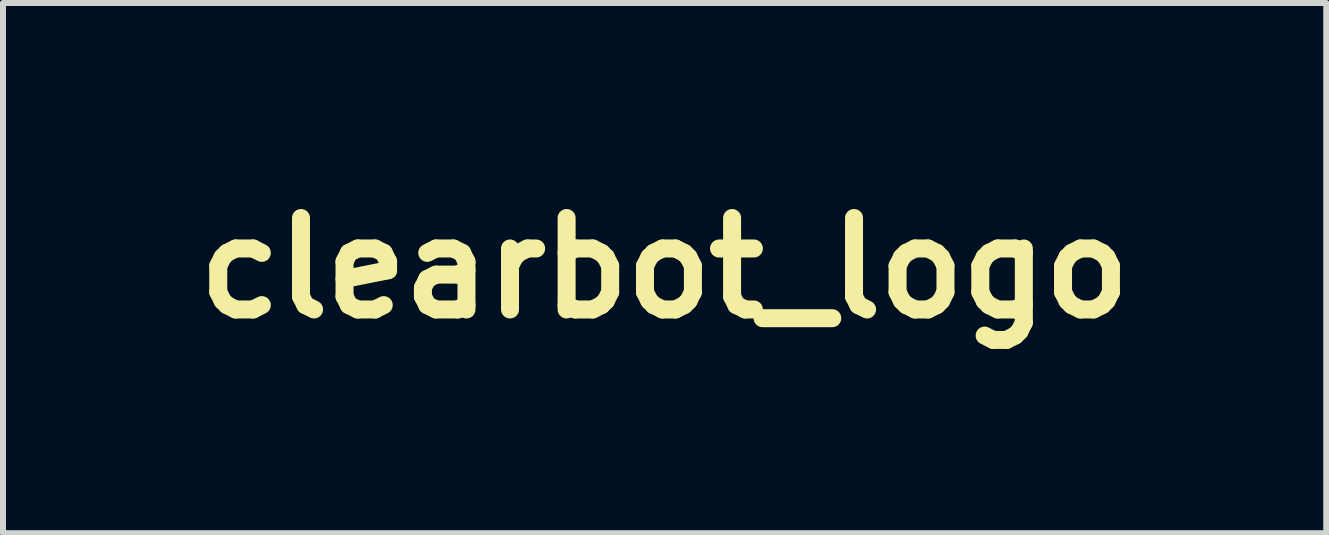
<source format=kicad_pcb>
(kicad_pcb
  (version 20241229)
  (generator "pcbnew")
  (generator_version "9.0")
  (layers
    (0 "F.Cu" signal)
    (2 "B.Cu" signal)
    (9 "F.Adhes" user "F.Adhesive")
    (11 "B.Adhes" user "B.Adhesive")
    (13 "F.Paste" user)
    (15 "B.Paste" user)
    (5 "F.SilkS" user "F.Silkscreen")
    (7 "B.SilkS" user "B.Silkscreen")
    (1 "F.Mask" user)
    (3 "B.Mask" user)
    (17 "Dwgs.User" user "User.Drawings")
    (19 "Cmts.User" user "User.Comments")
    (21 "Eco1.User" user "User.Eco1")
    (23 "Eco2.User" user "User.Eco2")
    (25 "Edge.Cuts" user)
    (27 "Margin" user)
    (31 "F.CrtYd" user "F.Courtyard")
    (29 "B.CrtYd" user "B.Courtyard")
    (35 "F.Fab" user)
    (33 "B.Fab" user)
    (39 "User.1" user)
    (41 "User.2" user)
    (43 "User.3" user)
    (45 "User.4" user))
  (footprint "clearbot_logo"
    (layer "F.Cu")
    (at 8.026 1.418)
    (property "Reference" "clearbot_logo" (at 0 0 0) (layer "F.SilkS") (effects (font (size 1.524 1.524) (thickness 0.3))))
    (attr through_hole)
    (fp_poly (pts (xy -2.841 -0.587) (xy -2.843 -0.524) (xy -2.845 -0.438) (xy -2.846 -0.336) (xy -2.847 -0.22) (xy -2.848 -0.094) (xy -2.848 0.036) (xy -2.848 0.169) (xy -2.848 0.244) (xy -2.845 0.838) (xy -2.978 0.838) (xy -3.033 0.837) (xy -3.077 0.835) (xy -3.105 0.832) (xy -3.112 0.829) (xy -3.113 0.814) (xy -3.113 0.777) (xy -3.114 0.72) (xy -3.114 0.645) (xy -3.115 0.554) (xy -3.115 0.451) (xy -3.116 0.338) (xy -3.117 0.229) (xy -3.118 0.098) (xy -3.119 -0.033) (xy -3.121 -0.161) (xy -3.123 -0.282) (xy -3.125 -0.391) (xy -3.127 -0.486) (xy -3.129 -0.561) (xy -3.13 -0.594) (xy -3.141 -0.826) (xy -2.83 -0.826) (xy -2.841 -0.587)) (stroke (width 0.01) (type solid)) (fill no) (layer "Eco2.User"))
    (fp_poly (pts (xy 0.1 -0.31) (xy 0.105 -0.296) (xy 0.112 -0.266) (xy 0.116 -0.246) (xy 0.123 -0.21) (xy 0.13 -0.186) (xy 0.133 -0.181) (xy 0.145 -0.184) (xy 0.173 -0.198) (xy 0.211 -0.22) (xy 0.215 -0.223) (xy 0.301 -0.267) (xy 0.386 -0.294) (xy 0.466 -0.304) (xy 0.53 -0.297) (xy 0.545 -0.291) (xy 0.554 -0.278) (xy 0.558 -0.254) (xy 0.559 -0.211) (xy 0.559 -0.199) (xy 0.557 -0.145) (xy 0.554 -0.094) (xy 0.551 -0.06) (xy 0.543 -0.013) (xy 0.407 -0.013) (xy 0.344 -0.012) (xy 0.301 -0.01) (xy 0.27 -0.004) (xy 0.247 0.005) (xy 0.227 0.016) (xy 0.206 0.033) (xy 0.189 0.053) (xy 0.176 0.079) (xy 0.166 0.113) (xy 0.16 0.16) (xy 0.156 0.22) (xy 0.155 0.298) (xy 0.156 0.396) (xy 0.158 0.504) (xy 0.16 0.605) (xy 0.161 0.684) (xy 0.161 0.743) (xy 0.16 0.785) (xy 0.158 0.814) (xy 0.154 0.831) (xy 0.149 0.84) (xy 0.145 0.843) (xy 0.115 0.848) (xy 0.061 0.848) (xy -0.017 0.844) (xy -0.053 0.842) (xy -0.112 0.837) (xy -0.118 0.39) (xy -0.12 0.261) (xy -0.122 0.155) (xy -0.125 0.069) (xy -0.128 0.000233) (xy -0.131 -0.054) (xy -0.136 -0.097) (xy -0.141 -0.132) (xy -0.144 -0.146) (xy -0.157 -0.202) (xy -0.163 -0.239) (xy -0.158 -0.262) (xy -0.138 -0.276) (xy -0.101 -0.284) (xy -0.042 -0.293) (xy -0.035 -0.294) (xy 0.019 -0.302) (xy 0.064 -0.308) (xy 0.092 -0.31) (xy 0.1 -0.31)) (stroke (width 0.01) (type solid)) (fill no) (layer "Eco2.User"))
    (fp_poly (pts (xy 2.433 0.162) (xy 2.46 0.178) (xy 2.484 0.197) (xy 2.527 0.238) (xy 2.574 0.294) (xy 2.621 0.357) (xy 2.66 0.419) (xy 2.673 0.442) (xy 2.686 0.472) (xy 2.686 0.491) (xy 2.676 0.506) (xy 2.658 0.534) (xy 2.652 0.551) (xy 2.641 0.57) (xy 2.614 0.598) (xy 2.578 0.63) (xy 2.576 0.631) (xy 2.527 0.666) (xy 2.486 0.685) (xy 2.449 0.693) (xy 2.42 0.695) (xy 2.398 0.691) (xy 2.376 0.678) (xy 2.349 0.653) (xy 2.322 0.625) (xy 2.28 0.579) (xy 2.239 0.528) (xy 2.202 0.475) (xy 2.171 0.427) (xy 2.152 0.388) (xy 2.151 0.384) (xy 2.219 0.384) (xy 2.232 0.417) (xy 2.257 0.46) (xy 2.293 0.51) (xy 2.336 0.561) (xy 2.346 0.573) (xy 2.379 0.606) (xy 2.404 0.623) (xy 2.428 0.629) (xy 2.446 0.628) (xy 2.493 0.616) (xy 2.546 0.585) (xy 2.548 0.583) (xy 2.578 0.557) (xy 2.596 0.535) (xy 2.598 0.525) (xy 2.601 0.504) (xy 2.61 0.491) (xy 2.618 0.478) (xy 2.616 0.462) (xy 2.603 0.435) (xy 2.578 0.396) (xy 2.544 0.348) (xy 2.506 0.3) (xy 2.478 0.269) (xy 2.443 0.239) (xy 2.415 0.225) (xy 2.385 0.222) (xy 2.383 0.222) (xy 2.347 0.232) (xy 2.308 0.252) (xy 2.271 0.279) (xy 2.244 0.307) (xy 2.235 0.329) (xy 2.227 0.356) (xy 2.221 0.365) (xy 2.219 0.384) (xy 2.151 0.384) (xy 2.146 0.367) (xy 2.153 0.344) (xy 2.159 0.337) (xy 2.17 0.319) (xy 2.172 0.306) (xy 2.182 0.283) (xy 2.21 0.254) (xy 2.249 0.223) (xy 2.293 0.194) (xy 2.337 0.172) (xy 2.373 0.16) (xy 2.407 0.157) (xy 2.433 0.162)) (stroke (width 0.01) (type solid)) (fill no) (layer "Eco2.User"))
    (fp_poly (pts (xy 2.759 -0.827) (xy 2.783 -0.814) (xy 2.8 -0.802) (xy 2.84 -0.761) (xy 2.876 -0.703) (xy 2.902 -0.639) (xy 2.916 -0.579) (xy 2.917 -0.558) (xy 2.914 -0.529) (xy 2.907 -0.509) (xy 2.89 -0.489) (xy 2.859 -0.466) (xy 2.833 -0.449) (xy 2.769 -0.41) (xy 2.703 -0.377) (xy 2.641 -0.353) (xy 2.585 -0.337) (xy 2.541 -0.332) (xy 2.513 -0.339) (xy 2.507 -0.346) (xy 2.485 -0.366) (xy 2.473 -0.372) (xy 2.457 -0.387) (xy 2.436 -0.418) (xy 2.414 -0.458) (xy 2.393 -0.501) (xy 2.378 -0.539) (xy 2.375 -0.551) (xy 2.437 -0.551) (xy 2.445 -0.522) (xy 2.461 -0.488) (xy 2.48 -0.454) (xy 2.5 -0.429) (xy 2.516 -0.419) (xy 2.538 -0.41) (xy 2.544 -0.401) (xy 2.552 -0.391) (xy 2.567 -0.39) (xy 2.597 -0.398) (xy 2.623 -0.407) (xy 2.677 -0.428) (xy 2.734 -0.455) (xy 2.763 -0.47) (xy 2.801 -0.493) (xy 2.829 -0.513) (xy 2.84 -0.524) (xy 2.849 -0.555) (xy 2.848 -0.597) (xy 2.839 -0.643) (xy 2.823 -0.686) (xy 2.804 -0.719) (xy 2.784 -0.736) (xy 2.779 -0.737) (xy 2.755 -0.745) (xy 2.748 -0.755) (xy 2.741 -0.764) (xy 2.724 -0.764) (xy 2.694 -0.756) (xy 2.66 -0.744) (xy 2.603 -0.721) (xy 2.544 -0.692) (xy 2.509 -0.672) (xy 2.47 -0.647) (xy 2.45 -0.629) (xy 2.445 -0.612) (xy 2.446 -0.602) (xy 2.447 -0.577) (xy 2.44 -0.566) (xy 2.437 -0.551) (xy 2.375 -0.551) (xy 2.37 -0.567) (xy 2.371 -0.576) (xy 2.377 -0.599) (xy 2.378 -0.622) (xy 2.38 -0.642) (xy 2.395 -0.662) (xy 2.425 -0.686) (xy 2.448 -0.701) (xy 2.585 -0.776) (xy 2.698 -0.818) (xy 2.734 -0.828) (xy 2.759 -0.827)) (stroke (width 0.01) (type solid)) (fill no) (layer "Eco2.User"))
    (fp_poly (pts (xy 3.139 -0.82) (xy 3.164 -0.815) (xy 3.223 -0.797) (xy 3.291 -0.768) (xy 3.362 -0.733) (xy 3.424 -0.696) (xy 3.448 -0.679) (xy 3.475 -0.655) (xy 3.487 -0.63) (xy 3.49 -0.593) (xy 3.49 -0.587) (xy 3.485 -0.545) (xy 3.47 -0.495) (xy 3.449 -0.446) (xy 3.425 -0.404) (xy 3.402 -0.377) (xy 3.394 -0.372) (xy 3.368 -0.355) (xy 3.355 -0.341) (xy 3.345 -0.327) (xy 3.334 -0.321) (xy 3.317 -0.322) (xy 3.287 -0.331) (xy 3.251 -0.344) (xy 3.186 -0.37) (xy 3.118 -0.402) (xy 3.053 -0.437) (xy 3.002 -0.469) (xy 2.992 -0.477) (xy 2.961 -0.514) (xy 2.95 -0.561) (xy 2.951 -0.57) (xy 3.015 -0.57) (xy 3.022 -0.529) (xy 3.035 -0.511) (xy 3.065 -0.491) (xy 3.109 -0.466) (xy 3.161 -0.44) (xy 3.215 -0.415) (xy 3.263 -0.395) (xy 3.3 -0.384) (xy 3.31 -0.382) (xy 3.327 -0.391) (xy 3.332 -0.4) (xy 3.349 -0.417) (xy 3.358 -0.419) (xy 3.373 -0.43) (xy 3.392 -0.457) (xy 3.412 -0.491) (xy 3.427 -0.526) (xy 3.434 -0.554) (xy 3.433 -0.563) (xy 3.426 -0.584) (xy 3.424 -0.607) (xy 3.419 -0.626) (xy 3.404 -0.644) (xy 3.374 -0.665) (xy 3.332 -0.688) (xy 3.261 -0.724) (xy 3.201 -0.749) (xy 3.155 -0.762) (xy 3.127 -0.761) (xy 3.119 -0.754) (xy 3.102 -0.739) (xy 3.089 -0.737) (xy 3.067 -0.725) (xy 3.044 -0.688) (xy 3.038 -0.676) (xy 3.02 -0.621) (xy 3.015 -0.57) (xy 2.951 -0.57) (xy 2.959 -0.621) (xy 2.989 -0.695) (xy 2.992 -0.701) (xy 3.015 -0.742) (xy 3.036 -0.773) (xy 3.052 -0.787) (xy 3.054 -0.787) (xy 3.075 -0.797) (xy 3.084 -0.809) (xy 3.094 -0.821) (xy 3.11 -0.824) (xy 3.139 -0.82)) (stroke (width 0.01) (type solid)) (fill no) (layer "Eco2.User"))
    (fp_poly (pts (xy 3.622 -0.401) (xy 3.637 -0.395) (xy 3.658 -0.383) (xy 3.666 -0.382) (xy 3.688 -0.382) (xy 3.706 -0.368) (xy 3.725 -0.336) (xy 3.732 -0.318) (xy 3.754 -0.258) (xy 3.773 -0.186) (xy 3.788 -0.112) (xy 3.796 -0.046) (xy 3.797 -0.023) (xy 3.787 0.027) (xy 3.757 0.067) (xy 3.705 0.097) (xy 3.631 0.12) (xy 3.584 0.131) (xy 3.555 0.137) (xy 3.54 0.139) (xy 3.532 0.137) (xy 3.527 0.132) (xy 3.526 0.131) (xy 3.508 0.123) (xy 3.489 0.12) (xy 3.464 0.117) (xy 3.453 0.115) (xy 3.444 0.103) (xy 3.43 0.072) (xy 3.413 0.029) (xy 3.396 -0.021) (xy 3.381 -0.071) (xy 3.369 -0.117) (xy 3.366 -0.133) (xy 3.355 -0.212) (xy 3.354 -0.254) (xy 3.4 -0.254) (xy 3.416 -0.162) (xy 3.428 -0.104) (xy 3.444 -0.044) (xy 3.457 -0.003) (xy 3.473 0.036) (xy 3.487 0.055) (xy 3.501 0.058) (xy 3.505 0.057) (xy 3.528 0.057) (xy 3.537 0.063) (xy 3.552 0.074) (xy 3.583 0.074) (xy 3.632 0.065) (xy 3.633 0.065) (xy 3.673 0.049) (xy 3.71 0.022) (xy 3.714 0.019) (xy 3.733 -0.001) (xy 3.742 -0.019) (xy 3.744 -0.042) (xy 3.739 -0.079) (xy 3.736 -0.101) (xy 3.722 -0.169) (xy 3.705 -0.231) (xy 3.688 -0.28) (xy 3.67 -0.312) (xy 3.655 -0.324) (xy 3.629 -0.332) (xy 3.618 -0.339) (xy 3.592 -0.346) (xy 3.552 -0.342) (xy 3.507 -0.329) (xy 3.464 -0.309) (xy 3.437 -0.289) (xy 3.4 -0.254) (xy 3.354 -0.254) (xy 3.354 -0.269) (xy 3.362 -0.304) (xy 3.373 -0.313) (xy 3.397 -0.328) (xy 3.421 -0.349) (xy 3.45 -0.367) (xy 3.492 -0.383) (xy 3.54 -0.395) (xy 3.586 -0.401) (xy 3.622 -0.401)) (stroke (width 0.01) (type solid)) (fill no) (layer "Eco2.User"))
    (fp_poly (pts (xy 3.017 0.473) (xy 3.072 0.477) (xy 3.11 0.483) (xy 3.135 0.493) (xy 3.151 0.509) (xy 3.158 0.519) (xy 3.174 0.547) (xy 3.186 0.562) (xy 3.193 0.582) (xy 3.198 0.619) (xy 3.2 0.668) (xy 3.2 0.673) (xy 3.199 0.723) (xy 3.194 0.761) (xy 3.187 0.783) (xy 3.186 0.784) (xy 3.17 0.806) (xy 3.157 0.828) (xy 3.133 0.853) (xy 3.105 0.865) (xy 3.071 0.869) (xy 3.02 0.872) (xy 2.959 0.873) (xy 2.894 0.873) (xy 2.835 0.871) (xy 2.788 0.868) (xy 2.77 0.865) (xy 2.729 0.847) (xy 2.7 0.81) (xy 2.681 0.752) (xy 2.673 0.681) (xy 2.673 0.673) (xy 2.731 0.673) (xy 2.732 0.721) (xy 2.739 0.747) (xy 2.75 0.757) (xy 2.766 0.775) (xy 2.769 0.788) (xy 2.776 0.805) (xy 2.8 0.814) (xy 2.816 0.816) (xy 2.906 0.822) (xy 2.992 0.82) (xy 3.048 0.814) (xy 3.081 0.806) (xy 3.1 0.796) (xy 3.102 0.791) (xy 3.109 0.772) (xy 3.118 0.762) (xy 3.13 0.739) (xy 3.137 0.7) (xy 3.137 0.656) (xy 3.132 0.615) (xy 3.121 0.588) (xy 3.118 0.584) (xy 3.102 0.563) (xy 3.099 0.553) (xy 3.087 0.54) (xy 3.055 0.53) (xy 3.007 0.524) (xy 2.949 0.521) (xy 2.886 0.523) (xy 2.828 0.529) (xy 2.789 0.537) (xy 2.772 0.548) (xy 2.769 0.559) (xy 2.759 0.582) (xy 2.75 0.589) (xy 2.738 0.601) (xy 2.732 0.631) (xy 2.731 0.673) (xy 2.673 0.673) (xy 2.672 0.629) (xy 2.676 0.592) (xy 2.686 0.561) (xy 2.697 0.54) (xy 2.714 0.515) (xy 2.732 0.497) (xy 2.756 0.485) (xy 2.792 0.478) (xy 2.842 0.474) (xy 2.912 0.473) (xy 2.94 0.473) (xy 3.017 0.473)) (stroke (width 0.01) (type solid)) (fill no) (layer "Eco2.User"))
    (fp_poly (pts (xy 3.494 0.16) (xy 3.541 0.174) (xy 3.59 0.204) (xy 3.617 0.226) (xy 3.652 0.258) (xy 3.679 0.285) (xy 3.692 0.304) (xy 3.692 0.304) (xy 3.702 0.332) (xy 3.71 0.35) (xy 3.714 0.369) (xy 3.708 0.393) (xy 3.691 0.43) (xy 3.674 0.458) (xy 3.646 0.5) (xy 3.61 0.546) (xy 3.57 0.593) (xy 3.53 0.636) (xy 3.494 0.67) (xy 3.466 0.691) (xy 3.451 0.697) (xy 3.428 0.693) (xy 3.398 0.689) (xy 3.373 0.68) (xy 3.337 0.66) (xy 3.297 0.634) (xy 3.259 0.606) (xy 3.23 0.58) (xy 3.214 0.562) (xy 3.213 0.558) (xy 3.211 0.533) (xy 3.199 0.513) (xy 3.191 0.505) (xy 3.18 0.489) (xy 3.179 0.472) (xy 3.182 0.466) (xy 3.249 0.466) (xy 3.25 0.487) (xy 3.251 0.487) (xy 3.262 0.511) (xy 3.264 0.523) (xy 3.275 0.547) (xy 3.303 0.574) (xy 3.34 0.601) (xy 3.381 0.621) (xy 3.418 0.631) (xy 3.42 0.631) (xy 3.446 0.63) (xy 3.468 0.622) (xy 3.493 0.602) (xy 3.527 0.567) (xy 3.53 0.563) (xy 3.579 0.506) (xy 3.617 0.454) (xy 3.641 0.411) (xy 3.651 0.379) (xy 3.647 0.365) (xy 3.634 0.34) (xy 3.632 0.328) (xy 3.621 0.302) (xy 3.593 0.274) (xy 3.555 0.247) (xy 3.513 0.228) (xy 3.479 0.221) (xy 3.452 0.221) (xy 3.429 0.228) (xy 3.405 0.247) (xy 3.373 0.279) (xy 3.367 0.287) (xy 3.324 0.338) (xy 3.288 0.388) (xy 3.262 0.432) (xy 3.249 0.466) (xy 3.182 0.466) (xy 3.19 0.446) (xy 3.2 0.428) (xy 3.243 0.359) (xy 3.296 0.289) (xy 3.35 0.228) (xy 3.386 0.195) (xy 3.419 0.17) (xy 3.445 0.158) (xy 3.474 0.157) (xy 3.494 0.16)) (stroke (width 0.01) (type solid)) (fill no) (layer "Eco2.User"))
    (fp_poly (pts (xy 2.287 -0.395) (xy 2.332 -0.385) (xy 2.379 -0.373) (xy 2.42 -0.358) (xy 2.447 -0.344) (xy 2.454 -0.337) (xy 2.472 -0.32) (xy 2.482 -0.318) (xy 2.501 -0.307) (xy 2.507 -0.296) (xy 2.511 -0.265) (xy 2.509 -0.216) (xy 2.501 -0.155) (xy 2.488 -0.089) (xy 2.473 -0.024) (xy 2.455 0.033) (xy 2.443 0.064) (xy 2.42 0.104) (xy 2.398 0.122) (xy 2.378 0.121) (xy 2.359 0.123) (xy 2.356 0.128) (xy 2.335 0.137) (xy 2.292 0.136) (xy 2.229 0.125) (xy 2.21 0.121) (xy 2.165 0.106) (xy 2.131 0.087) (xy 2.119 0.077) (xy 2.098 0.057) (xy 2.082 0.051) (xy 2.073 0.039) (xy 2.069 0.008) (xy 2.07 -0.026) (xy 2.122 -0.026) (xy 2.123 -0.001) (xy 2.131 0.01) (xy 2.145 0.016) (xy 2.166 0.029) (xy 2.172 0.041) (xy 2.184 0.056) (xy 2.218 0.069) (xy 2.232 0.072) (xy 2.278 0.082) (xy 2.306 0.086) (xy 2.321 0.085) (xy 2.328 0.079) (xy 2.33 0.076) (xy 2.349 0.065) (xy 2.361 0.064) (xy 2.38 0.055) (xy 2.398 0.029) (xy 2.416 -0.019) (xy 2.432 -0.081) (xy 2.447 -0.155) (xy 2.45 -0.211) (xy 2.442 -0.252) (xy 2.422 -0.284) (xy 2.421 -0.285) (xy 2.395 -0.305) (xy 2.358 -0.322) (xy 2.318 -0.335) (xy 2.282 -0.341) (xy 2.258 -0.339) (xy 2.251 -0.333) (xy 2.236 -0.321) (xy 2.216 -0.318) (xy 2.199 -0.314) (xy 2.186 -0.302) (xy 2.173 -0.274) (xy 2.159 -0.232) (xy 2.143 -0.173) (xy 2.131 -0.111) (xy 2.125 -0.069) (xy 2.122 -0.026) (xy 2.07 -0.026) (xy 2.071 -0.038) (xy 2.077 -0.094) (xy 2.087 -0.154) (xy 2.1 -0.215) (xy 2.116 -0.267) (xy 2.135 -0.319) (xy 2.15 -0.352) (xy 2.163 -0.37) (xy 2.178 -0.378) (xy 2.185 -0.379) (xy 2.215 -0.387) (xy 2.231 -0.396) (xy 2.251 -0.399) (xy 2.287 -0.395)) (stroke (width 0.01) (type solid)) (fill no) (layer "Eco2.User"))
    (fp_poly (pts (xy 4.093 -0.681) (xy 4.142 -0.675) (xy 4.15 -0.674) (xy 4.207 -0.666) (xy 4.246 -0.659) (xy 4.272 -0.648) (xy 4.286 -0.631) (xy 4.293 -0.602) (xy 4.293 -0.557) (xy 4.292 -0.493) (xy 4.291 -0.465) (xy 4.286 -0.286) (xy 4.616 -0.273) (xy 4.612 -0.165) (xy 4.609 -0.115) (xy 4.606 -0.074) (xy 4.602 -0.049) (xy 4.601 -0.046) (xy 4.586 -0.042) (xy 4.551 -0.041) (xy 4.501 -0.041) (xy 4.44 -0.044) (xy 4.438 -0.044) (xy 4.283 -0.053) (xy 4.273 0.095) (xy 4.269 0.198) (xy 4.267 0.297) (xy 4.269 0.387) (xy 4.274 0.464) (xy 4.281 0.525) (xy 4.292 0.566) (xy 4.297 0.577) (xy 4.321 0.606) (xy 4.351 0.623) (xy 4.392 0.63) (xy 4.448 0.626) (xy 4.501 0.618) (xy 4.553 0.61) (xy 4.595 0.605) (xy 4.622 0.605) (xy 4.627 0.606) (xy 4.633 0.623) (xy 4.635 0.656) (xy 4.631 0.699) (xy 4.625 0.744) (xy 4.616 0.782) (xy 4.605 0.806) (xy 4.602 0.809) (xy 4.57 0.823) (xy 4.519 0.836) (xy 4.455 0.846) (xy 4.385 0.852) (xy 4.314 0.855) (xy 4.249 0.853) (xy 4.213 0.849) (xy 4.136 0.828) (xy 4.077 0.789) (xy 4.045 0.749) (xy 4.038 0.735) (xy 4.032 0.718) (xy 4.027 0.697) (xy 4.024 0.667) (xy 4.021 0.625) (xy 4.018 0.57) (xy 4.016 0.497) (xy 4.014 0.404) (xy 4.013 0.33) (xy 4.007 -0.044) (xy 3.95 -0.048) (xy 3.906 -0.054) (xy 3.879 -0.068) (xy 3.865 -0.094) (xy 3.861 -0.138) (xy 3.861 -0.158) (xy 3.864 -0.211) (xy 3.874 -0.244) (xy 3.895 -0.261) (xy 3.929 -0.267) (xy 3.937 -0.267) (xy 3.972 -0.271) (xy 3.996 -0.28) (xy 3.998 -0.282) (xy 4.005 -0.3) (xy 4.01 -0.34) (xy 4.012 -0.403) (xy 4.013 -0.486) (xy 4.014 -0.56) (xy 4.015 -0.613) (xy 4.018 -0.648) (xy 4.022 -0.669) (xy 4.029 -0.679) (xy 4.033 -0.681) (xy 4.054 -0.683) (xy 4.093 -0.681)) (stroke (width 0.01) (type solid)) (fill no) (layer "Eco2.User"))
    (fp_poly (pts (xy -3.774 -0.86) (xy -3.646 -0.839) (xy -3.527 -0.797) (xy -3.518 -0.793) (xy -3.466 -0.764) (xy -3.412 -0.727) (xy -3.362 -0.686) (xy -3.319 -0.646) (xy -3.291 -0.611) (xy -3.282 -0.595) (xy -3.285 -0.572) (xy -3.299 -0.536) (xy -3.321 -0.492) (xy -3.348 -0.447) (xy -3.375 -0.407) (xy -3.4 -0.378) (xy -3.4 -0.378) (xy -3.412 -0.369) (xy -3.425 -0.367) (xy -3.442 -0.375) (xy -3.469 -0.396) (xy -3.509 -0.432) (xy -3.512 -0.434) (xy -3.588 -0.495) (xy -3.656 -0.538) (xy -3.725 -0.563) (xy -3.799 -0.575) (xy -3.842 -0.577) (xy -3.898 -0.575) (xy -3.953 -0.57) (xy -3.993 -0.562) (xy -3.996 -0.561) (xy -4.076 -0.525) (xy -4.151 -0.468) (xy -4.217 -0.394) (xy -4.27 -0.307) (xy -4.298 -0.241) (xy -4.314 -0.173) (xy -4.324 -0.089) (xy -4.328 0.002) (xy -4.326 0.09) (xy -4.316 0.167) (xy -4.313 0.181) (xy -4.275 0.298) (xy -4.221 0.396) (xy -4.153 0.474) (xy -4.074 0.533) (xy -3.986 0.572) (xy -3.892 0.589) (xy -3.792 0.584) (xy -3.691 0.557) (xy -3.589 0.506) (xy -3.489 0.431) (xy -3.489 0.431) (xy -3.454 0.401) (xy -3.427 0.378) (xy -3.412 0.368) (xy -3.411 0.368) (xy -3.4 0.378) (xy -3.379 0.403) (xy -3.351 0.438) (xy -3.322 0.478) (xy -3.295 0.516) (xy -3.275 0.548) (xy -3.264 0.568) (xy -3.264 0.57) (xy -3.273 0.591) (xy -3.299 0.622) (xy -3.336 0.66) (xy -3.379 0.7) (xy -3.425 0.736) (xy -3.461 0.761) (xy -3.547 0.809) (xy -3.631 0.842) (xy -3.72 0.862) (xy -3.825 0.871) (xy -3.842 0.872) (xy -3.939 0.871) (xy -4.017 0.865) (xy -4.051 0.858) (xy -4.18 0.813) (xy -4.295 0.746) (xy -4.395 0.66) (xy -4.481 0.554) (xy -4.55 0.431) (xy -4.602 0.29) (xy -4.605 0.279) (xy -4.617 0.216) (xy -4.625 0.135) (xy -4.629 0.045) (xy -4.629 -0.048) (xy -4.624 -0.136) (xy -4.615 -0.212) (xy -4.607 -0.254) (xy -4.565 -0.372) (xy -4.507 -0.485) (xy -4.436 -0.589) (xy -4.356 -0.679) (xy -4.27 -0.748) (xy -4.267 -0.75) (xy -4.156 -0.806) (xy -4.034 -0.844) (xy -3.905 -0.862) (xy -3.774 -0.86)) (stroke (width 0.01) (type solid)) (fill no) (layer "Eco2.User"))
    (fp_poly (pts (xy -0.865 -0.328) (xy -0.78 -0.304) (xy -0.703 -0.262) (xy -0.645 -0.216) (xy -0.61 -0.185) (xy -0.583 -0.163) (xy -0.569 -0.153) (xy -0.568 -0.152) (xy -0.562 -0.164) (xy -0.556 -0.192) (xy -0.554 -0.206) (xy -0.545 -0.252) (xy -0.533 -0.279) (xy -0.512 -0.289) (xy -0.476 -0.288) (xy -0.439 -0.281) (xy -0.391 -0.272) (xy -0.35 -0.262) (xy -0.326 -0.255) (xy -0.297 -0.244) (xy -0.319 -0.087) (xy -0.33 0.003) (xy -0.337 0.095) (xy -0.341 0.193) (xy -0.341 0.301) (xy -0.337 0.425) (xy -0.33 0.569) (xy -0.329 0.588) (xy -0.325 0.663) (xy -0.322 0.729) (xy -0.32 0.782) (xy -0.32 0.818) (xy -0.321 0.833) (xy -0.321 0.833) (xy -0.339 0.839) (xy -0.374 0.845) (xy -0.42 0.85) (xy -0.468 0.853) (xy -0.512 0.853) (xy -0.544 0.852) (xy -0.555 0.849) (xy -0.566 0.83) (xy -0.578 0.795) (xy -0.584 0.767) (xy -0.593 0.73) (xy -0.601 0.705) (xy -0.605 0.699) (xy -0.618 0.705) (xy -0.645 0.724) (xy -0.683 0.749) (xy -0.692 0.756) (xy -0.74 0.788) (xy -0.79 0.818) (xy -0.83 0.839) (xy -0.83 0.839) (xy -0.907 0.862) (xy -0.995 0.871) (xy -1.082 0.865) (xy -1.117 0.857) (xy -1.221 0.815) (xy -1.314 0.751) (xy -1.394 0.669) (xy -1.458 0.571) (xy -1.5 0.47) (xy -1.52 0.38) (xy -1.527 0.278) (xy -1.526 0.267) (xy -1.25 0.267) (xy -1.241 0.356) (xy -1.216 0.431) (xy -1.17 0.498) (xy -1.129 0.539) (xy -1.059 0.589) (xy -0.986 0.615) (xy -0.906 0.619) (xy -0.841 0.607) (xy -0.794 0.59) (xy -0.749 0.558) (xy -0.717 0.528) (xy -0.66 0.459) (xy -0.626 0.383) (xy -0.611 0.296) (xy -0.61 0.26) (xy -0.618 0.168) (xy -0.645 0.089) (xy -0.693 0.018) (xy -0.717 -0.007) (xy -0.761 -0.047) (xy -0.799 -0.072) (xy -0.843 -0.087) (xy -0.849 -0.088) (xy -0.937 -0.098) (xy -1.018 -0.084) (xy -1.092 -0.05) (xy -1.154 0.003) (xy -1.203 0.072) (xy -1.235 0.154) (xy -1.249 0.248) (xy -1.25 0.267) (xy -1.526 0.267) (xy -1.522 0.175) (xy -1.505 0.08) (xy -1.5 0.063) (xy -1.454 -0.046) (xy -1.391 -0.142) (xy -1.313 -0.221) (xy -1.294 -0.235) (xy -1.213 -0.286) (xy -1.129 -0.318) (xy -1.035 -0.333) (xy -0.965 -0.335) (xy -0.865 -0.328)) (stroke (width 0.01) (type solid)) (fill no) (layer "Eco2.User"))
    (fp_poly (pts (xy -2.043 -0.343) (xy -1.94 -0.316) (xy -1.846 -0.267) (xy -1.763 -0.2) (xy -1.695 -0.118) (xy -1.644 -0.022) (xy -1.611 0.083) (xy -1.601 0.188) (xy -1.603 0.232) (xy -1.612 0.262) (xy -1.632 0.287) (xy -1.635 0.291) (xy -1.647 0.302) (xy -1.661 0.311) (xy -1.679 0.319) (xy -1.705 0.326) (xy -1.74 0.332) (xy -1.788 0.339) (xy -1.85 0.346) (xy -1.93 0.353) (xy -2.029 0.362) (xy -2.151 0.373) (xy -2.177 0.375) (xy -2.25 0.381) (xy -2.314 0.387) (xy -2.365 0.393) (xy -2.398 0.396) (xy -2.409 0.399) (xy -2.409 0.414) (xy -2.398 0.443) (xy -2.38 0.478) (xy -2.359 0.511) (xy -2.355 0.516) (xy -2.327 0.543) (xy -2.286 0.573) (xy -2.246 0.596) (xy -2.192 0.62) (xy -2.144 0.632) (xy -2.089 0.635) (xy -2.088 0.635) (xy -1.98 0.623) (xy -1.872 0.587) (xy -1.779 0.535) (xy -1.702 0.483) (xy -1.684 0.511) (xy -1.668 0.54) (xy -1.647 0.579) (xy -1.637 0.6) (xy -1.608 0.66) (xy -1.657 0.71) (xy -1.729 0.769) (xy -1.819 0.817) (xy -1.919 0.852) (xy -2.024 0.872) (xy -2.089 0.875) (xy -2.136 0.872) (xy -2.194 0.864) (xy -2.24 0.855) (xy -2.346 0.824) (xy -2.436 0.777) (xy -2.517 0.71) (xy -2.524 0.704) (xy -2.589 0.625) (xy -2.636 0.534) (xy -2.67 0.427) (xy -2.674 0.411) (xy -2.687 0.333) (xy -2.691 0.265) (xy -2.685 0.195) (xy -2.673 0.133) (xy -2.671 0.127) (xy -2.413 0.127) (xy -2.408 0.172) (xy -2.408 0.173) (xy -2.401 0.182) (xy -2.388 0.188) (xy -2.362 0.19) (xy -2.319 0.188) (xy -2.276 0.185) (xy -2.207 0.18) (xy -2.133 0.173) (xy -2.066 0.166) (xy -2.051 0.164) (xy -1.985 0.156) (xy -1.939 0.149) (xy -1.912 0.142) (xy -1.897 0.132) (xy -1.893 0.118) (xy -1.895 0.098) (xy -1.896 0.086) (xy -1.91 0.035) (xy -1.938 -0.011) (xy -1.985 -0.057) (xy -1.999 -0.069) (xy -2.027 -0.09) (xy -2.053 -0.101) (xy -2.085 -0.107) (xy -2.133 -0.108) (xy -2.139 -0.108) (xy -2.192 -0.106) (xy -2.229 -0.1) (xy -2.26 -0.088) (xy -2.281 -0.075) (xy -2.33 -0.033) (xy -2.371 0.018) (xy -2.399 0.074) (xy -2.413 0.127) (xy -2.671 0.127) (xy -2.637 0.016) (xy -2.583 -0.088) (xy -2.512 -0.177) (xy -2.428 -0.249) (xy -2.332 -0.303) (xy -2.227 -0.337) (xy -2.116 -0.348) (xy -2.043 -0.343)) (stroke (width 0.01) (type solid)) (fill no) (layer "Eco2.User"))
    (fp_poly (pts (xy 1.33 -0.823) (xy 1.423 -0.82) (xy 1.499 -0.815) (xy 1.562 -0.807) (xy 1.616 -0.796) (xy 1.663 -0.782) (xy 1.707 -0.765) (xy 1.744 -0.746) (xy 1.826 -0.69) (xy 1.887 -0.62) (xy 1.927 -0.537) (xy 1.947 -0.438) (xy 1.949 -0.387) (xy 1.938 -0.29) (xy 1.903 -0.203) (xy 1.845 -0.126) (xy 1.816 -0.099) (xy 1.755 -0.046) (xy 1.82 0.001) (xy 1.888 0.064) (xy 1.942 0.144) (xy 1.977 0.233) (xy 1.983 0.258) (xy 1.99 0.356) (xy 1.976 0.456) (xy 1.941 0.554) (xy 1.889 0.645) (xy 1.822 0.724) (xy 1.743 0.786) (xy 1.721 0.798) (xy 1.657 0.832) (xy 1.177 0.836) (xy 0.696 0.839) (xy 0.707 0.544) (xy 0.712 0.379) (xy 0.713 0.348) (xy 1.003 0.348) (xy 1.003 0.583) (xy 1.038 0.589) (xy 1.062 0.59) (xy 1.107 0.592) (xy 1.167 0.593) (xy 1.236 0.593) (xy 1.284 0.592) (xy 1.362 0.591) (xy 1.42 0.59) (xy 1.463 0.587) (xy 1.494 0.582) (xy 1.519 0.575) (xy 1.542 0.565) (xy 1.556 0.558) (xy 1.616 0.514) (xy 1.657 0.454) (xy 1.678 0.377) (xy 1.681 0.325) (xy 1.675 0.256) (xy 1.655 0.203) (xy 1.616 0.162) (xy 1.562 0.13) (xy 1.536 0.117) (xy 1.512 0.108) (xy 1.487 0.102) (xy 1.454 0.098) (xy 1.41 0.096) (xy 1.351 0.095) (xy 1.27 0.095) (xy 1.27 0.095) (xy 1.196 0.096) (xy 1.13 0.097) (xy 1.076 0.099) (xy 1.04 0.102) (xy 1.026 0.104) (xy 1.018 0.11) (xy 1.012 0.121) (xy 1.008 0.141) (xy 1.005 0.174) (xy 1.004 0.222) (xy 1.003 0.291) (xy 1.003 0.348) (xy 0.713 0.348) (xy 0.715 0.218) (xy 0.717 0.054) (xy 0.717 -0.118) (xy 0.715 -0.304) (xy 0.714 -0.375) (xy 1.003 -0.375) (xy 1.003 -0.166) (xy 1.045 -0.159) (xy 1.116 -0.151) (xy 1.199 -0.148) (xy 1.285 -0.15) (xy 1.368 -0.155) (xy 1.443 -0.165) (xy 1.503 -0.179) (xy 1.525 -0.187) (xy 1.566 -0.21) (xy 1.602 -0.236) (xy 1.611 -0.245) (xy 1.638 -0.292) (xy 1.649 -0.351) (xy 1.643 -0.416) (xy 1.632 -0.451) (xy 1.605 -0.503) (xy 1.564 -0.543) (xy 1.508 -0.573) (xy 1.434 -0.594) (xy 1.341 -0.605) (xy 1.226 -0.61) (xy 1.216 -0.61) (xy 1.152 -0.609) (xy 1.096 -0.606) (xy 1.053 -0.602) (xy 1.029 -0.597) (xy 1.028 -0.596) (xy 1.019 -0.59) (xy 1.012 -0.579) (xy 1.008 -0.56) (xy 1.005 -0.528) (xy 1.004 -0.481) (xy 1.003 -0.414) (xy 1.003 -0.375) (xy 0.714 -0.375) (xy 0.711 -0.509) (xy 0.711 -0.514) (xy 0.705 -0.819) (xy 1.086 -0.823) (xy 1.219 -0.823) (xy 1.33 -0.823)) (stroke (width 0.01) (type solid)) (fill no) (layer "Eco2.User")))
  (gr_rect
    (start -3 -3)
    (end 19.053 5.836)
    (stroke (width 0.1) (type default))
    (fill no)
    (layer "Edge.Cuts")))
</source>
